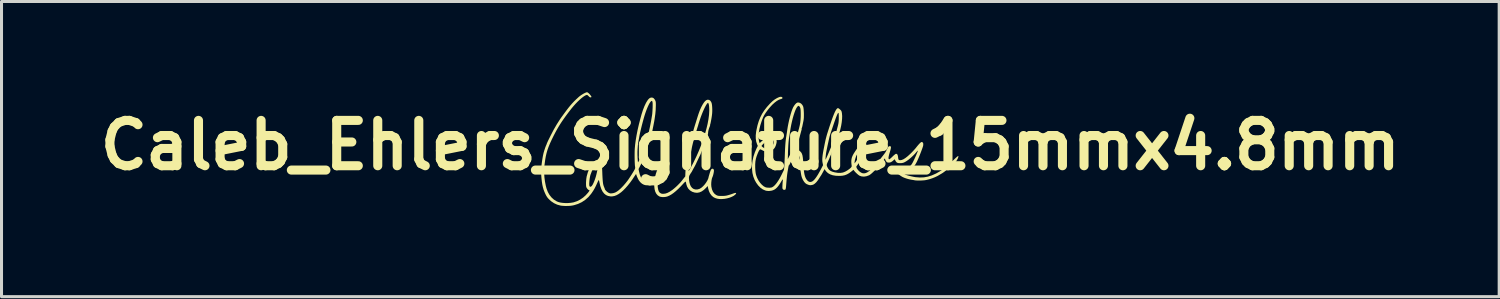
<source format=kicad_pcb>
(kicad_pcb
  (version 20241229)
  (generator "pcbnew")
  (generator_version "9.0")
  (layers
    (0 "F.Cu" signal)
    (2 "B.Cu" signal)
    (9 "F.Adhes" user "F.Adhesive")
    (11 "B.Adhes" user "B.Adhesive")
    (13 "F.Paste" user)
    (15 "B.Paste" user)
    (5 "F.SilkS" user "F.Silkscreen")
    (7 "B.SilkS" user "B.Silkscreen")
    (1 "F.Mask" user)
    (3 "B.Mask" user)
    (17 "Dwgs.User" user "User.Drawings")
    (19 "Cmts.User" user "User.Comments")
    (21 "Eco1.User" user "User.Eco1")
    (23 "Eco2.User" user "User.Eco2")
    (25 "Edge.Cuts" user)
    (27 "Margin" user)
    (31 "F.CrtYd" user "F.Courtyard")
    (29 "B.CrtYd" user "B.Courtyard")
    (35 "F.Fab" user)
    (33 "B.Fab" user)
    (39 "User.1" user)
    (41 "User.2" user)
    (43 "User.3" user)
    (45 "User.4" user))
  (footprint "Caleb_Ehlers_Signature_15mmx4.8mm"
    (layer "F.Cu")
    (at 21.764 1.753)
    (property "Reference" "Caleb_Ehlers_Signature_15mmx4.8mm" (at 0 0 0) (layer "F.SilkS") (effects (font (size 1.5 1.5) (thickness 0.3))))
    (attr board_only exclude_from_pos_files exclude_from_bom)
    (fp_poly (pts (xy -5.379 -1.745) (xy -5.349 -1.722) (xy -5.314 -1.688) (xy -5.279 -1.644) (xy -5.275 -1.638) (xy -5.259 -1.614) (xy -5.254 -1.601) (xy -5.259 -1.591) (xy -5.263 -1.588) (xy -5.288 -1.581) (xy -5.316 -1.592) (xy -5.348 -1.623) (xy -5.35 -1.625) (xy -5.377 -1.652) (xy -5.4 -1.663) (xy -5.403 -1.664) (xy -5.436 -1.656) (xy -5.478 -1.634) (xy -5.529 -1.6) (xy -5.587 -1.555) (xy -5.649 -1.5) (xy -5.714 -1.438) (xy -5.781 -1.369) (xy -5.846 -1.296) (xy -5.91 -1.22) (xy -5.928 -1.197) (xy -6.02 -1.078) (xy -6.1 -0.971) (xy -6.171 -0.872) (xy -6.234 -0.781) (xy -6.292 -0.692) (xy -6.346 -0.604) (xy -6.398 -0.514) (xy -6.45 -0.419) (xy -6.503 -0.317) (xy -6.569 -0.183) (xy -6.625 -0.061) (xy -6.671 0.05) (xy -6.709 0.156) (xy -6.739 0.259) (xy -6.763 0.362) (xy -6.782 0.469) (xy -6.794 0.555) (xy -6.799 0.596) (xy -6.804 0.629) (xy -6.807 0.65) (xy -6.808 0.654) (xy -6.81 0.666) (xy -6.812 0.693) (xy -6.815 0.733) (xy -6.818 0.781) (xy -6.818 0.8) (xy -6.819 0.929) (xy -6.809 1.068) (xy -6.79 1.209) (xy -6.763 1.345) (xy -6.739 1.435) (xy -6.697 1.545) (xy -6.642 1.643) (xy -6.574 1.728) (xy -6.495 1.799) (xy -6.406 1.854) (xy -6.356 1.876) (xy -6.29 1.894) (xy -6.211 1.906) (xy -6.123 1.912) (xy -6.031 1.912) (xy -5.941 1.905) (xy -5.857 1.891) (xy -5.838 1.886) (xy -5.733 1.851) (xy -5.63 1.799) (xy -5.532 1.733) (xy -5.443 1.654) (xy -5.365 1.567) (xy -5.362 1.563) (xy -5.336 1.527) (xy -5.322 1.504) (xy -5.319 1.491) (xy -5.326 1.486) (xy -5.332 1.485) (xy -5.353 1.477) (xy -5.377 1.456) (xy -5.401 1.427) (xy -5.42 1.395) (xy -5.427 1.376) (xy -5.432 1.341) (xy -5.434 1.291) (xy -5.434 1.27) (xy -5.328 1.27) (xy -5.327 1.315) (xy -5.322 1.347) (xy -5.319 1.355) (xy -5.301 1.373) (xy -5.278 1.373) (xy -5.251 1.354) (xy -5.241 1.344) (xy -5.216 1.307) (xy -5.189 1.254) (xy -5.161 1.189) (xy -5.134 1.115) (xy -5.109 1.037) (xy -5.088 0.956) (xy -5.07 0.878) (xy -5.058 0.806) (xy -5.055 0.78) (xy -5.052 0.725) (xy -5.053 0.677) (xy -5.058 0.639) (xy -5.066 0.614) (xy -5.077 0.606) (xy -5.078 0.606) (xy -5.092 0.615) (xy -5.112 0.637) (xy -5.134 0.664) (xy -5.155 0.694) (xy -5.168 0.718) (xy -5.181 0.74) (xy -5.197 0.766) (xy -5.198 0.767) (xy -5.212 0.792) (xy -5.228 0.827) (xy -5.244 0.866) (xy -5.244 0.866) (xy -5.258 0.903) (xy -5.27 0.935) (xy -5.278 0.955) (xy -5.279 0.956) (xy -5.291 0.992) (xy -5.302 1.041) (xy -5.312 1.097) (xy -5.32 1.157) (xy -5.325 1.216) (xy -5.328 1.27) (xy -5.434 1.27) (xy -5.434 1.232) (xy -5.43 1.168) (xy -5.424 1.105) (xy -5.415 1.048) (xy -5.412 1.03) (xy -5.375 0.899) (xy -5.324 0.774) (xy -5.259 0.658) (xy -5.233 0.619) (xy -5.197 0.571) (xy -5.167 0.537) (xy -5.14 0.515) (xy -5.112 0.503) (xy -5.08 0.497) (xy -5.049 0.496) (xy -5.029 0.5) (xy -5.011 0.514) (xy -4.997 0.528) (xy -4.975 0.555) (xy -4.96 0.582) (xy -4.957 0.591) (xy -4.945 0.618) (xy -4.931 0.636) (xy -4.924 0.644) (xy -4.918 0.655) (xy -4.913 0.671) (xy -4.909 0.693) (xy -4.906 0.725) (xy -4.902 0.769) (xy -4.899 0.826) (xy -4.896 0.898) (xy -4.893 0.98) (xy -4.888 1.075) (xy -4.883 1.152) (xy -4.877 1.215) (xy -4.87 1.268) (xy -4.861 1.312) (xy -4.849 1.351) (xy -4.834 1.387) (xy -4.832 1.394) (xy -4.82 1.421) (xy -4.813 1.442) (xy -4.813 1.447) (xy -4.805 1.466) (xy -4.786 1.492) (xy -4.758 1.521) (xy -4.727 1.547) (xy -4.696 1.568) (xy -4.691 1.571) (xy -4.657 1.586) (xy -4.629 1.593) (xy -4.595 1.592) (xy -4.58 1.591) (xy -4.524 1.582) (xy -4.47 1.564) (xy -4.417 1.535) (xy -4.36 1.494) (xy -4.296 1.438) (xy -4.279 1.422) (xy -4.201 1.342) (xy -4.125 1.254) (xy -4.056 1.166) (xy -4.023 1.119) (xy -3.971 1.04) (xy -3.928 0.974) (xy -3.894 0.919) (xy -3.866 0.873) (xy -3.842 0.832) (xy -3.841 0.829) (xy -3.822 0.795) (xy -3.812 0.77) (xy -3.808 0.749) (xy -3.81 0.723) (xy -3.813 0.701) (xy -3.818 0.66) (xy -3.821 0.604) (xy -3.824 0.536) (xy -3.826 0.46) (xy -3.827 0.38) (xy -3.827 0.3) (xy -3.826 0.248) (xy -3.733 0.248) (xy -3.733 0.303) (xy -3.731 0.361) (xy -3.729 0.417) (xy -3.725 0.469) (xy -3.722 0.513) (xy -3.718 0.545) (xy -3.715 0.562) (xy -3.713 0.564) (xy -3.706 0.556) (xy -3.694 0.534) (xy -3.678 0.501) (xy -3.672 0.488) (xy -3.639 0.412) (xy -3.602 0.321) (xy -3.564 0.219) (xy -3.524 0.11) (xy -3.486 -0.001) (xy -3.449 -0.111) (xy -3.416 -0.215) (xy -3.411 -0.233) (xy -3.379 -0.349) (xy -3.347 -0.482) (xy -3.315 -0.633) (xy -3.282 -0.803) (xy -3.25 -0.992) (xy -3.249 -1) (xy -3.244 -1.036) (xy -3.24 -1.086) (xy -3.236 -1.146) (xy -3.233 -1.209) (xy -3.231 -1.243) (xy -3.23 -1.318) (xy -3.23 -1.376) (xy -3.234 -1.417) (xy -3.24 -1.445) (xy -3.248 -1.46) (xy -3.261 -1.466) (xy -3.262 -1.466) (xy -3.282 -1.456) (xy -3.307 -1.429) (xy -3.335 -1.387) (xy -3.365 -1.329) (xy -3.397 -1.26) (xy -3.43 -1.179) (xy -3.463 -1.088) (xy -3.482 -1.032) (xy -3.506 -0.955) (xy -3.532 -0.864) (xy -3.559 -0.765) (xy -3.586 -0.662) (xy -3.612 -0.558) (xy -3.635 -0.459) (xy -3.656 -0.369) (xy -3.671 -0.293) (xy -3.673 -0.282) (xy -3.682 -0.23) (xy -3.691 -0.181) (xy -3.699 -0.139) (xy -3.704 -0.114) (xy -3.712 -0.063) (xy -3.719 0.002) (xy -3.725 0.074) (xy -3.73 0.146) (xy -3.733 0.214) (xy -3.733 0.248) (xy -3.826 0.248) (xy -3.826 0.224) (xy -3.824 0.157) (xy -3.822 0.119) (xy -3.81 -0.016) (xy -3.79 -0.165) (xy -3.763 -0.328) (xy -3.729 -0.5) (xy -3.688 -0.679) (xy -3.641 -0.863) (xy -3.598 -1.02) (xy -3.552 -1.163) (xy -3.503 -1.29) (xy -3.451 -1.399) (xy -3.423 -1.447) (xy -3.385 -1.504) (xy -3.349 -1.543) (xy -3.314 -1.567) (xy -3.276 -1.577) (xy -3.27 -1.577) (xy -3.228 -1.572) (xy -3.193 -1.551) (xy -3.162 -1.512) (xy -3.149 -1.489) (xy -3.14 -1.47) (xy -3.133 -1.451) (xy -3.129 -1.43) (xy -3.126 -1.402) (xy -3.125 -1.364) (xy -3.125 -1.311) (xy -3.126 -1.292) (xy -3.13 -1.167) (xy -3.142 -1.034) (xy -3.162 -0.89) (xy -3.179 -0.787) (xy -3.201 -0.673) (xy -3.222 -0.568) (xy -3.241 -0.474) (xy -3.26 -0.394) (xy -3.276 -0.329) (xy -3.283 -0.302) (xy -3.294 -0.266) (xy -3.308 -0.221) (xy -3.319 -0.183) (xy -3.332 -0.139) (xy -3.349 -0.087) (xy -3.366 -0.037) (xy -3.369 -0.03) (xy -3.384 0.016) (xy -3.399 0.061) (xy -3.411 0.097) (xy -3.413 0.104) (xy -3.424 0.139) (xy -3.439 0.184) (xy -3.455 0.232) (xy -3.472 0.282) (xy -3.489 0.328) (xy -3.503 0.365) (xy -3.513 0.391) (xy -3.516 0.399) (xy -3.524 0.416) (xy -3.537 0.446) (xy -3.549 0.479) (xy -3.563 0.513) (xy -3.583 0.558) (xy -3.607 0.61) (xy -3.633 0.662) (xy -3.634 0.665) (xy -3.696 0.787) (xy -3.683 0.857) (xy -3.657 0.963) (xy -3.621 1.053) (xy -3.575 1.128) (xy -3.529 1.177) (xy -3.504 1.199) (xy -3.484 1.211) (xy -3.463 1.216) (xy -3.432 1.218) (xy -3.411 1.218) (xy -3.348 1.212) (xy -3.291 1.192) (xy -3.235 1.156) (xy -3.201 1.128) (xy -3.179 1.105) (xy -3.164 1.081) (xy -3.152 1.049) (xy -3.144 1.019) (xy -3.123 0.941) (xy -3.096 0.862) (xy -3.066 0.784) (xy -3.033 0.71) (xy -2.999 0.643) (xy -2.965 0.585) (xy -2.932 0.539) (xy -2.903 0.508) (xy -2.886 0.497) (xy -2.851 0.486) (xy -2.821 0.488) (xy -2.804 0.499) (xy -2.79 0.529) (xy -2.786 0.573) (xy -2.79 0.626) (xy -2.803 0.686) (xy -2.822 0.748) (xy -2.848 0.809) (xy -2.88 0.865) (xy -2.883 0.869) (xy -2.899 0.895) (xy -2.909 0.915) (xy -2.911 0.921) (xy -2.917 0.932) (xy -2.931 0.956) (xy -2.952 0.988) (xy -2.97 1.014) (xy -3.001 1.059) (xy -3.023 1.092) (xy -3.038 1.118) (xy -3.047 1.142) (xy -3.053 1.167) (xy -3.058 1.199) (xy -3.061 1.215) (xy -3.066 1.283) (xy -3.065 1.352) (xy -3.057 1.417) (xy -3.045 1.476) (xy -3.028 1.524) (xy -3.007 1.557) (xy -3.001 1.562) (xy -2.97 1.586) (xy -2.944 1.599) (xy -2.913 1.605) (xy -2.874 1.606) (xy -2.811 1.599) (xy -2.744 1.577) (xy -2.672 1.54) (xy -2.592 1.487) (xy -2.575 1.475) (xy -2.522 1.432) (xy -2.463 1.381) (xy -2.404 1.325) (xy -2.349 1.269) (xy -2.302 1.219) (xy -2.285 1.198) (xy -2.26 1.167) (xy -2.23 1.129) (xy -2.201 1.092) (xy -2.152 1.031) (xy -2.145 0.857) (xy -2.04 0.857) (xy -2 0.792) (xy -1.983 0.763) (xy -1.959 0.719) (xy -1.931 0.667) (xy -1.9 0.609) (xy -1.871 0.551) (xy -1.782 0.367) (xy -1.701 0.183) (xy -1.627 -0.002) (xy -1.56 -0.185) (xy -1.503 -0.364) (xy -1.454 -0.537) (xy -1.414 -0.703) (xy -1.385 -0.86) (xy -1.366 -1.005) (xy -1.358 -1.138) (xy -1.359 -1.205) (xy -1.363 -1.276) (xy -1.369 -1.329) (xy -1.378 -1.365) (xy -1.38 -1.37) (xy -1.391 -1.394) (xy -1.399 -1.402) (xy -1.409 -1.397) (xy -1.417 -1.39) (xy -1.441 -1.362) (xy -1.469 -1.317) (xy -1.501 -1.258) (xy -1.535 -1.187) (xy -1.57 -1.107) (xy -1.605 -1.02) (xy -1.64 -0.928) (xy -1.672 -0.834) (xy -1.702 -0.741) (xy -1.718 -0.688) (xy -1.729 -0.648) (xy -1.741 -0.61) (xy -1.748 -0.589) (xy -1.759 -0.554) (xy -1.771 -0.514) (xy -1.786 -0.465) (xy -1.804 -0.406) (xy -1.825 -0.334) (xy -1.85 -0.248) (xy -1.876 -0.158) (xy -1.897 -0.079) (xy -1.919 0.012) (xy -1.941 0.111) (xy -1.961 0.216) (xy -1.981 0.322) (xy -1.999 0.427) (xy -2.014 0.528) (xy -2.026 0.621) (xy -2.035 0.703) (xy -2.039 0.77) (xy -2.04 0.797) (xy -2.04 0.857) (xy -2.145 0.857) (xy -2.145 0.855) (xy -2.13 0.63) (xy -2.1 0.396) (xy -2.057 0.159) (xy -2.001 -0.079) (xy -1.979 -0.158) (xy -1.946 -0.275) (xy -1.917 -0.375) (xy -1.892 -0.459) (xy -1.871 -0.531) (xy -1.853 -0.592) (xy -1.837 -0.644) (xy -1.819 -0.702) (xy -1.798 -0.767) (xy -1.779 -0.83) (xy -1.772 -0.852) (xy -1.741 -0.951) (xy -1.714 -1.034) (xy -1.689 -1.104) (xy -1.666 -1.165) (xy -1.642 -1.219) (xy -1.619 -1.268) (xy -1.576 -1.348) (xy -1.536 -1.411) (xy -1.499 -1.456) (xy -1.463 -1.486) (xy -1.428 -1.502) (xy -1.402 -1.505) (xy -1.361 -1.498) (xy -1.326 -1.474) (xy -1.297 -1.433) (xy -1.286 -1.41) (xy -1.275 -1.375) (xy -1.267 -1.324) (xy -1.262 -1.263) (xy -1.259 -1.196) (xy -1.259 -1.126) (xy -1.262 -1.06) (xy -1.267 -1.015) (xy -1.274 -0.96) (xy -1.283 -0.902) (xy -1.293 -0.845) (xy -1.303 -0.792) (xy -1.312 -0.746) (xy -1.32 -0.711) (xy -1.326 -0.69) (xy -1.328 -0.685) (xy -1.332 -0.675) (xy -1.33 -0.668) (xy -1.331 -0.651) (xy -1.339 -0.625) (xy -1.345 -0.612) (xy -1.362 -0.568) (xy -1.378 -0.517) (xy -1.39 -0.468) (xy -1.396 -0.427) (xy -1.396 -0.416) (xy -1.397 -0.401) (xy -1.4 -0.382) (xy -1.405 -0.358) (xy -1.415 -0.325) (xy -1.428 -0.28) (xy -1.447 -0.22) (xy -1.454 -0.198) (xy -1.474 -0.136) (xy -1.491 -0.088) (xy -1.504 -0.051) (xy -1.516 -0.022) (xy -1.524 -0.005) (xy -1.539 0.031) (xy -1.553 0.071) (xy -1.556 0.079) (xy -1.568 0.114) (xy -1.582 0.146) (xy -1.586 0.153) (xy -1.598 0.178) (xy -1.614 0.213) (xy -1.629 0.252) (xy -1.629 0.252) (xy -1.644 0.29) (xy -1.658 0.324) (xy -1.669 0.346) (xy -1.669 0.346) (xy -1.678 0.364) (xy -1.694 0.396) (xy -1.714 0.438) (xy -1.736 0.485) (xy -1.741 0.495) (xy -1.771 0.558) (xy -1.793 0.606) (xy -1.81 0.642) (xy -1.824 0.669) (xy -1.835 0.69) (xy -1.845 0.708) (xy -1.855 0.726) (xy -1.862 0.738) (xy -1.883 0.776) (xy -1.907 0.82) (xy -1.918 0.842) (xy -1.934 0.871) (xy -1.946 0.893) (xy -1.953 0.901) (xy -1.961 0.912) (xy -1.976 0.935) (xy -1.994 0.965) (xy -1.995 0.965) (xy -2.014 1) (xy -2.025 1.029) (xy -2.029 1.06) (xy -2.03 1.091) (xy -2.025 1.162) (xy -2.013 1.234) (xy -1.993 1.301) (xy -1.969 1.356) (xy -1.966 1.36) (xy -1.926 1.411) (xy -1.875 1.446) (xy -1.817 1.463) (xy -1.754 1.463) (xy -1.688 1.445) (xy -1.666 1.435) (xy -1.614 1.402) (xy -1.56 1.354) (xy -1.508 1.296) (xy -1.461 1.233) (xy -1.422 1.168) (xy -1.394 1.107) (xy -1.384 1.072) (xy -1.378 1.043) (xy -1.366 1.002) (xy -1.352 0.953) (xy -1.34 0.913) (xy -1.323 0.86) (xy -1.308 0.823) (xy -1.295 0.8) (xy -1.282 0.786) (xy -1.281 0.785) (xy -1.252 0.775) (xy -1.227 0.783) (xy -1.209 0.808) (xy -1.204 0.826) (xy -1.204 0.853) (xy -1.209 0.892) (xy -1.218 0.939) (xy -1.229 0.985) (xy -1.242 1.027) (xy -1.252 1.049) (xy -1.27 1.097) (xy -1.283 1.159) (xy -1.291 1.227) (xy -1.294 1.297) (xy -1.29 1.361) (xy -1.289 1.368) (xy -1.269 1.459) (xy -1.237 1.535) (xy -1.194 1.595) (xy -1.139 1.64) (xy -1.11 1.656) (xy -1.087 1.665) (xy -1.062 1.672) (xy -1.032 1.675) (xy -0.99 1.677) (xy -0.946 1.677) (xy -0.887 1.676) (xy -0.84 1.673) (xy -0.797 1.667) (xy -0.75 1.656) (xy -0.728 1.65) (xy -0.678 1.635) (xy -0.628 1.619) (xy -0.586 1.604) (xy -0.57 1.598) (xy -0.523 1.582) (xy -0.49 1.576) (xy -0.472 1.58) (xy -0.47 1.594) (xy -0.484 1.617) (xy -0.496 1.63) (xy -0.545 1.67) (xy -0.61 1.704) (xy -0.685 1.734) (xy -0.769 1.757) (xy -0.855 1.773) (xy -0.941 1.78) (xy -1.022 1.779) (xy -1.094 1.768) (xy -1.164 1.746) (xy -1.221 1.716) (xy -1.27 1.675) (xy -1.29 1.654) (xy -1.334 1.592) (xy -1.37 1.514) (xy -1.395 1.423) (xy -1.397 1.415) (xy -1.409 1.349) (xy -1.459 1.403) (xy -1.534 1.475) (xy -1.608 1.527) (xy -1.684 1.56) (xy -1.76 1.573) (xy -1.837 1.566) (xy -1.917 1.541) (xy -1.927 1.536) (xy -1.995 1.494) (xy -2.05 1.438) (xy -2.091 1.368) (xy -2.118 1.285) (xy -2.123 1.255) (xy -2.129 1.226) (xy -2.136 1.207) (xy -2.139 1.203) (xy -2.15 1.207) (xy -2.17 1.223) (xy -2.195 1.247) (xy -2.201 1.254) (xy -2.298 1.358) (xy -2.385 1.446) (xy -2.466 1.519) (xy -2.54 1.579) (xy -2.61 1.628) (xy -2.677 1.666) (xy -2.741 1.693) (xy -2.793 1.707) (xy -2.854 1.714) (xy -2.915 1.714) (xy -2.97 1.706) (xy -3.002 1.696) (xy -3.061 1.659) (xy -3.108 1.606) (xy -3.143 1.539) (xy -3.166 1.456) (xy -3.176 1.364) (xy -3.179 1.321) (xy -3.181 1.286) (xy -3.184 1.264) (xy -3.185 1.258) (xy -3.195 1.262) (xy -3.217 1.273) (xy -3.246 1.289) (xy -3.313 1.315) (xy -3.388 1.326) (xy -3.463 1.322) (xy -3.518 1.307) (xy -3.582 1.273) (xy -3.64 1.222) (xy -3.69 1.156) (xy -3.715 1.109) (xy -3.742 1.051) (xy -3.76 1.006) (xy -3.771 0.973) (xy -3.775 0.957) (xy -3.781 0.955) (xy -3.795 0.971) (xy -3.818 1.004) (xy -3.837 1.034) (xy -3.904 1.136) (xy -3.977 1.237) (xy -4.054 1.333) (xy -4.131 1.42) (xy -4.206 1.496) (xy -4.273 1.555) (xy -4.352 1.612) (xy -4.426 1.653) (xy -4.496 1.679) (xy -4.568 1.691) (xy -4.63 1.691) (xy -4.707 1.677) (xy -4.775 1.646) (xy -4.835 1.598) (xy -4.886 1.532) (xy -4.928 1.449) (xy -4.963 1.347) (xy -4.984 1.255) (xy -4.993 1.212) (xy -5.001 1.178) (xy -5.008 1.157) (xy -5.013 1.151) (xy -5.021 1.161) (xy -5.034 1.185) (xy -5.05 1.218) (xy -5.054 1.228) (xy -5.102 1.333) (xy -5.147 1.423) (xy -5.193 1.502) (xy -5.242 1.575) (xy -5.263 1.605) (xy -5.355 1.714) (xy -5.459 1.806) (xy -5.573 1.882) (xy -5.698 1.941) (xy -5.832 1.983) (xy -5.897 1.996) (xy -5.96 2.004) (xy -6.034 2.008) (xy -6.113 2.009) (xy -6.189 2.005) (xy -6.255 1.999) (xy -6.273 1.996) (xy -6.387 1.965) (xy -6.491 1.917) (xy -6.588 1.852) (xy -6.649 1.796) (xy -6.689 1.755) (xy -6.719 1.717) (xy -6.745 1.676) (xy -6.772 1.624) (xy -6.774 1.62) (xy -6.808 1.544) (xy -6.837 1.468) (xy -6.86 1.389) (xy -6.879 1.304) (xy -6.894 1.209) (xy -6.906 1.1) (xy -6.912 1.025) (xy -6.916 0.965) (xy -6.918 0.902) (xy -6.918 0.844) (xy -6.917 0.804) (xy -6.911 0.723) (xy -6.902 0.633) (xy -6.89 0.54) (xy -6.876 0.448) (xy -6.861 0.362) (xy -6.845 0.286) (xy -6.83 0.225) (xy -6.827 0.218) (xy -6.813 0.17) (xy -6.797 0.122) (xy -6.782 0.077) (xy -6.768 0.04) (xy -6.758 0.014) (xy -6.753 0.005) (xy -6.745 -0.012) (xy -6.739 -0.03) (xy -6.732 -0.05) (xy -6.721 -0.077) (xy -6.706 -0.111) (xy -6.686 -0.154) (xy -6.658 -0.211) (xy -6.623 -0.281) (xy -6.605 -0.317) (xy -6.503 -0.514) (xy -6.4 -0.692) (xy -6.297 -0.853) (xy -6.25 -0.921) (xy -6.165 -1.038) (xy -6.089 -1.141) (xy -6.02 -1.231) (xy -5.955 -1.311) (xy -5.893 -1.382) (xy -5.831 -1.448) (xy -5.769 -1.509) (xy -5.704 -1.569) (xy -5.666 -1.604) (xy -5.625 -1.636) (xy -5.578 -1.668) (xy -5.53 -1.698) (xy -5.483 -1.723) (xy -5.441 -1.742) (xy -5.41 -1.752) (xy -5.402 -1.753)) (stroke (width 0) (type solid)) (fill yes) (layer "F.SilkS"))
    (fp_poly (pts (xy 1.041 -1.596) (xy 1.054 -1.585) (xy 1.065 -1.564) (xy 1.056 -1.546) (xy 1.03 -1.533) (xy 1.017 -1.529) (xy 0.951 -1.507) (xy 0.879 -1.467) (xy 0.804 -1.41) (xy 0.726 -1.339) (xy 0.649 -1.255) (xy 0.618 -1.218) (xy 0.561 -1.145) (xy 0.515 -1.082) (xy 0.477 -1.024) (xy 0.445 -0.968) (xy 0.418 -0.909) (xy 0.391 -0.842) (xy 0.375 -0.798) (xy 0.333 -0.668) (xy 0.302 -0.544) (xy 0.282 -0.427) (xy 0.272 -0.32) (xy 0.274 -0.223) (xy 0.287 -0.14) (xy 0.292 -0.121) (xy 0.308 -0.068) (xy 0.39 -0.146) (xy 0.456 -0.203) (xy 0.516 -0.244) (xy 0.573 -0.27) (xy 0.631 -0.284) (xy 0.651 -0.286) (xy 0.719 -0.283) (xy 0.775 -0.265) (xy 0.823 -0.23) (xy 0.837 -0.215) (xy 0.858 -0.184) (xy 0.87 -0.151) (xy 0.871 -0.111) (xy 0.862 -0.061) (xy 0.846 -0.002) (xy 0.819 0.064) (xy 0.784 0.114) (xy 0.739 0.151) (xy 0.681 0.179) (xy 0.679 0.179) (xy 0.594 0.201) (xy 0.514 0.203) (xy 0.44 0.188) (xy 0.373 0.154) (xy 0.372 0.154) (xy 0.351 0.141) (xy 0.333 0.136) (xy 0.316 0.142) (xy 0.3 0.159) (xy 0.281 0.19) (xy 0.259 0.237) (xy 0.24 0.281) (xy 0.207 0.367) (xy 0.183 0.45) (xy 0.168 0.535) (xy 0.161 0.629) (xy 0.161 0.735) (xy 0.161 0.738) (xy 0.165 0.821) (xy 0.172 0.89) (xy 0.182 0.95) (xy 0.198 1.006) (xy 0.219 1.063) (xy 0.237 1.103) (xy 0.277 1.177) (xy 0.326 1.245) (xy 0.38 1.305) (xy 0.436 1.353) (xy 0.491 1.385) (xy 0.496 1.387) (xy 0.537 1.399) (xy 0.588 1.404) (xy 0.641 1.405) (xy 0.689 1.4) (xy 0.718 1.392) (xy 0.763 1.364) (xy 0.813 1.319) (xy 0.866 1.256) (xy 0.912 1.19) (xy 0.936 1.153) (xy 0.958 1.116) (xy 0.98 1.077) (xy 1.005 1.031) (xy 1.033 0.976) (xy 1.066 0.909) (xy 1.106 0.828) (xy 1.106 0.827) (xy 1.11 0.814) (xy 1.114 0.794) (xy 1.118 0.765) (xy 1.121 0.725) (xy 1.125 0.673) (xy 1.129 0.608) (xy 1.132 0.529) (xy 1.135 0.46) (xy 1.239 0.46) (xy 1.266 0.406) (xy 1.285 0.368) (xy 1.309 0.323) (xy 1.329 0.287) (xy 1.356 0.234) (xy 1.385 0.166) (xy 1.416 0.082) (xy 1.451 -0.019) (xy 1.489 -0.137) (xy 1.529 -0.273) (xy 1.574 -0.427) (xy 1.61 -0.557) (xy 1.633 -0.651) (xy 1.65 -0.741) (xy 1.66 -0.834) (xy 1.666 -0.936) (xy 1.667 -1.01) (xy 1.666 -1.088) (xy 1.664 -1.15) (xy 1.659 -1.197) (xy 1.652 -1.232) (xy 1.641 -1.259) (xy 1.627 -1.279) (xy 1.62 -1.287) (xy 1.603 -1.301) (xy 1.59 -1.303) (xy 1.573 -1.293) (xy 1.571 -1.291) (xy 1.545 -1.263) (xy 1.518 -1.218) (xy 1.489 -1.156) (xy 1.461 -1.081) (xy 1.432 -0.993) (xy 1.404 -0.896) (xy 1.378 -0.79) (xy 1.353 -0.678) (xy 1.331 -0.561) (xy 1.312 -0.446) (xy 1.305 -0.394) (xy 1.297 -0.343) (xy 1.29 -0.3) (xy 1.287 -0.282) (xy 1.277 -0.222) (xy 1.269 -0.157) (xy 1.262 -0.084) (xy 1.256 0.000387) (xy 1.251 0.097) (xy 1.246 0.21) (xy 1.244 0.297) (xy 1.239 0.46) (xy 1.135 0.46) (xy 1.137 0.433) (xy 1.141 0.319) (xy 1.144 0.238) (xy 1.149 0.116) (xy 1.156 0.003) (xy 1.164 -0.098) (xy 1.173 -0.185) (xy 1.183 -0.255) (xy 1.183 -0.257) (xy 1.19 -0.297) (xy 1.198 -0.35) (xy 1.208 -0.412) (xy 1.217 -0.476) (xy 1.222 -0.512) (xy 1.239 -0.617) (xy 1.26 -0.725) (xy 1.283 -0.832) (xy 1.309 -0.935) (xy 1.336 -1.032) (xy 1.363 -1.119) (xy 1.39 -1.193) (xy 1.415 -1.251) (xy 1.423 -1.265) (xy 1.456 -1.318) (xy 1.491 -1.362) (xy 1.525 -1.394) (xy 1.556 -1.411) (xy 1.558 -1.412) (xy 1.602 -1.413) (xy 1.646 -1.398) (xy 1.688 -1.369) (xy 1.723 -1.328) (xy 1.747 -1.28) (xy 1.749 -1.275) (xy 1.757 -1.236) (xy 1.764 -1.183) (xy 1.768 -1.119) (xy 1.771 -1.05) (xy 1.771 -0.981) (xy 1.77 -0.915) (xy 1.765 -0.859) (xy 1.759 -0.819) (xy 1.75 -0.774) (xy 1.74 -0.727) (xy 1.733 -0.693) (xy 1.724 -0.647) (xy 1.717 -0.616) (xy 1.712 -0.595) (xy 1.706 -0.58) (xy 1.702 -0.573) (xy 1.696 -0.554) (xy 1.698 -0.546) (xy 1.698 -0.532) (xy 1.694 -0.508) (xy 1.693 -0.504) (xy 1.685 -0.477) (xy 1.679 -0.457) (xy 1.679 -0.456) (xy 1.67 -0.422) (xy 1.658 -0.378) (xy 1.645 -0.328) (xy 1.63 -0.277) (xy 1.616 -0.227) (xy 1.603 -0.183) (xy 1.592 -0.148) (xy 1.586 -0.127) (xy 1.584 -0.124) (xy 1.578 -0.107) (xy 1.567 -0.076) (xy 1.553 -0.034) (xy 1.537 0.013) (xy 1.536 0.015) (xy 1.498 0.134) (xy 1.539 0.142) (xy 1.593 0.162) (xy 1.644 0.198) (xy 1.685 0.243) (xy 1.706 0.282) (xy 1.723 0.334) (xy 1.735 0.403) (xy 1.744 0.488) (xy 1.747 0.535) (xy 1.754 0.653) (xy 1.762 0.754) (xy 1.771 0.839) (xy 1.781 0.911) (xy 1.792 0.971) (xy 1.806 1.022) (xy 1.822 1.066) (xy 1.839 1.101) (xy 1.877 1.158) (xy 1.918 1.195) (xy 1.961 1.214) (xy 2.007 1.213) (xy 2.055 1.193) (xy 2.089 1.166) (xy 2.134 1.119) (xy 2.183 1.053) (xy 2.237 0.969) (xy 2.295 0.867) (xy 2.331 0.801) (xy 2.405 0.659) (xy 2.39 0.584) (xy 2.383 0.544) (xy 2.38 0.5) (xy 2.38 0.48) (xy 2.485 0.48) (xy 2.504 0.446) (xy 2.515 0.423) (xy 2.531 0.387) (xy 2.551 0.343) (xy 2.572 0.294) (xy 2.573 0.292) (xy 2.597 0.234) (xy 2.625 0.167) (xy 2.654 0.099) (xy 2.677 0.043) (xy 2.727 -0.082) (xy 2.771 -0.207) (xy 2.813 -0.34) (xy 2.838 -0.428) (xy 2.861 -0.514) (xy 2.88 -0.585) (xy 2.895 -0.642) (xy 2.906 -0.689) (xy 2.914 -0.729) (xy 2.919 -0.765) (xy 2.922 -0.799) (xy 2.924 -0.835) (xy 2.925 -0.875) (xy 2.925 -0.908) (xy 2.925 -0.96) (xy 2.924 -1.006) (xy 2.922 -1.041) (xy 2.92 -1.062) (xy 2.919 -1.066) (xy 2.912 -1.069) (xy 2.905 -1.067) (xy 2.896 -1.058) (xy 2.886 -1.041) (xy 2.873 -1.015) (xy 2.858 -0.979) (xy 2.839 -0.932) (xy 2.817 -0.872) (xy 2.791 -0.799) (xy 2.761 -0.712) (xy 2.726 -0.608) (xy 2.685 -0.488) (xy 2.644 -0.366) (xy 2.636 -0.338) (xy 2.626 -0.304) (xy 2.615 -0.263) (xy 2.603 -0.212) (xy 2.589 -0.149) (xy 2.573 -0.074) (xy 2.553 0.016) (xy 2.531 0.123) (xy 2.515 0.203) (xy 2.505 0.257) (xy 2.497 0.319) (xy 2.491 0.377) (xy 2.49 0.386) (xy 2.485 0.48) (xy 2.38 0.48) (xy 2.38 0.452) (xy 2.384 0.396) (xy 2.391 0.331) (xy 2.402 0.256) (xy 2.418 0.167) (xy 2.438 0.064) (xy 2.462 -0.056) (xy 2.47 -0.094) (xy 2.481 -0.146) (xy 2.491 -0.192) (xy 2.502 -0.234) (xy 2.513 -0.277) (xy 2.525 -0.321) (xy 2.539 -0.37) (xy 2.557 -0.426) (xy 2.578 -0.492) (xy 2.603 -0.57) (xy 2.634 -0.664) (xy 2.651 -0.713) (xy 2.693 -0.838) (xy 2.732 -0.945) (xy 2.767 -1.033) (xy 2.798 -1.104) (xy 2.827 -1.158) (xy 2.853 -1.197) (xy 2.877 -1.22) (xy 2.899 -1.228) (xy 2.9 -1.228) (xy 2.916 -1.221) (xy 2.941 -1.204) (xy 2.968 -1.181) (xy 2.992 -1.157) (xy 3.008 -1.137) (xy 3.017 -1.116) (xy 3.024 -1.087) (xy 3.03 -1.051) (xy 3.037 -0.967) (xy 3.034 -0.87) (xy 3.023 -0.762) (xy 3.004 -0.646) (xy 2.977 -0.527) (xy 2.944 -0.407) (xy 2.904 -0.29) (xy 2.881 -0.232) (xy 2.859 -0.176) (xy 2.836 -0.118) (xy 2.816 -0.065) (xy 2.8 -0.021) (xy 2.793 0.000322) (xy 2.785 0.023) (xy 2.771 0.056) (xy 2.761 0.08) (xy 2.74 0.127) (xy 2.719 0.175) (xy 2.701 0.218) (xy 2.686 0.254) (xy 2.677 0.279) (xy 2.674 0.289) (xy 2.67 0.302) (xy 2.66 0.326) (xy 2.649 0.351) (xy 2.636 0.38) (xy 2.627 0.402) (xy 2.624 0.41) (xy 2.62 0.422) (xy 2.608 0.449) (xy 2.59 0.49) (xy 2.567 0.542) (xy 2.549 0.58) (xy 2.532 0.622) (xy 2.527 0.656) (xy 2.533 0.69) (xy 2.549 0.728) (xy 2.578 0.779) (xy 2.613 0.82) (xy 2.658 0.851) (xy 2.715 0.876) (xy 2.788 0.896) (xy 2.802 0.899) (xy 2.899 0.914) (xy 2.985 0.915) (xy 3.064 0.902) (xy 3.14 0.872) (xy 3.208 0.833) (xy 3.271 0.789) (xy 3.315 0.752) (xy 3.342 0.721) (xy 3.353 0.695) (xy 3.352 0.684) (xy 3.349 0.662) (xy 3.345 0.628) (xy 3.342 0.599) (xy 3.445 0.599) (xy 3.473 0.566) (xy 3.49 0.543) (xy 3.512 0.508) (xy 3.536 0.467) (xy 3.553 0.435) (xy 3.576 0.391) (xy 3.596 0.35) (xy 3.612 0.316) (xy 3.618 0.3) (xy 3.631 0.267) (xy 3.647 0.229) (xy 3.653 0.218) (xy 3.669 0.181) (xy 3.683 0.144) (xy 3.694 0.112) (xy 3.7 0.09) (xy 3.7 0.082) (xy 3.692 0.087) (xy 3.675 0.106) (xy 3.651 0.135) (xy 3.622 0.174) (xy 3.59 0.217) (xy 3.558 0.264) (xy 3.526 0.311) (xy 3.523 0.316) (xy 3.503 0.354) (xy 3.484 0.405) (xy 3.467 0.46) (xy 3.454 0.512) (xy 3.451 0.539) (xy 3.445 0.599) (xy 3.342 0.599) (xy 3.341 0.586) (xy 3.34 0.573) (xy 3.34 0.513) (xy 3.346 0.457) (xy 3.36 0.4) (xy 3.384 0.341) (xy 3.419 0.276) (xy 3.466 0.203) (xy 3.513 0.134) (xy 3.571 0.057) (xy 3.623 -0.007) (xy 3.671 -0.058) (xy 3.711 -0.094) (xy 3.744 -0.114) (xy 3.763 -0.119) (xy 3.789 -0.116) (xy 3.807 -0.103) (xy 3.82 -0.078) (xy 3.83 -0.04) (xy 3.836 -0.012) (xy 3.837 0.011) (xy 3.833 0.035) (xy 3.824 0.067) (xy 3.814 0.099) (xy 3.785 0.177) (xy 3.754 0.257) (xy 3.722 0.333) (xy 3.69 0.403) (xy 3.659 0.463) (xy 3.633 0.51) (xy 3.618 0.532) (xy 3.603 0.553) (xy 3.595 0.567) (xy 3.595 0.569) (xy 3.589 0.58) (xy 3.576 0.603) (xy 3.558 0.63) (xy 3.54 0.657) (xy 3.524 0.678) (xy 3.516 0.688) (xy 3.506 0.705) (xy 3.509 0.731) (xy 3.523 0.765) (xy 3.547 0.802) (xy 3.579 0.839) (xy 3.617 0.874) (xy 3.618 0.875) (xy 3.666 0.907) (xy 3.714 0.926) (xy 3.764 0.93) (xy 3.815 0.92) (xy 3.871 0.895) (xy 3.931 0.854) (xy 3.997 0.796) (xy 4.069 0.722) (xy 4.141 0.641) (xy 4.201 0.57) (xy 4.259 0.501) (xy 4.314 0.435) (xy 4.363 0.374) (xy 4.405 0.32) (xy 4.438 0.276) (xy 4.461 0.243) (xy 4.471 0.228) (xy 4.484 0.203) (xy 4.502 0.167) (xy 4.523 0.126) (xy 4.53 0.114) (xy 4.55 0.075) (xy 4.566 0.051) (xy 4.579 0.038) (xy 4.593 0.032) (xy 4.598 0.031) (xy 4.624 0.031) (xy 4.641 0.039) (xy 4.65 0.056) (xy 4.65 0.085) (xy 4.642 0.128) (xy 4.626 0.186) (xy 4.615 0.223) (xy 4.591 0.303) (xy 4.576 0.367) (xy 4.569 0.414) (xy 4.572 0.446) (xy 4.582 0.462) (xy 4.594 0.465) (xy 4.607 0.459) (xy 4.63 0.441) (xy 4.661 0.414) (xy 4.696 0.381) (xy 4.699 0.378) (xy 4.735 0.343) (xy 4.769 0.314) (xy 4.796 0.294) (xy 4.814 0.284) (xy 4.814 0.284) (xy 4.842 0.286) (xy 4.863 0.306) (xy 4.878 0.345) (xy 4.885 0.391) (xy 4.891 0.438) (xy 4.899 0.468) (xy 4.912 0.486) (xy 4.932 0.493) (xy 4.957 0.495) (xy 5.007 0.487) (xy 5.065 0.463) (xy 5.131 0.421) (xy 5.205 0.363) (xy 5.287 0.288) (xy 5.318 0.258) (xy 5.363 0.212) (xy 5.409 0.163) (xy 5.451 0.116) (xy 5.484 0.076) (xy 5.493 0.064) (xy 5.526 0.023) (xy 5.561 -0.018) (xy 5.593 -0.053) (xy 5.603 -0.063) (xy 5.631 -0.089) (xy 5.651 -0.103) (xy 5.667 -0.107) (xy 5.679 -0.105) (xy 5.705 -0.089) (xy 5.718 -0.059) (xy 5.719 -0.013) (xy 5.716 0.01) (xy 5.708 0.042) (xy 5.693 0.088) (xy 5.672 0.146) (xy 5.647 0.213) (xy 5.619 0.285) (xy 5.589 0.36) (xy 5.558 0.434) (xy 5.527 0.504) (xy 5.509 0.544) (xy 5.461 0.631) (xy 5.402 0.714) (xy 5.336 0.79) (xy 5.264 0.856) (xy 5.19 0.907) (xy 5.141 0.932) (xy 5.115 0.944) (xy 5.104 0.953) (xy 5.106 0.96) (xy 5.113 0.965) (xy 5.134 0.976) (xy 5.171 0.989) (xy 5.219 1.003) (xy 5.275 1.017) (xy 5.336 1.031) (xy 5.395 1.044) (xy 5.451 1.054) (xy 5.466 1.056) (xy 5.605 1.067) (xy 5.739 1.062) (xy 5.87 1.039) (xy 6.001 0.998) (xy 6.134 0.939) (xy 6.173 0.918) (xy 6.266 0.865) (xy 6.353 0.808) (xy 6.438 0.746) (xy 6.524 0.675) (xy 6.615 0.592) (xy 6.697 0.512) (xy 6.756 0.454) (xy 6.803 0.41) (xy 6.838 0.38) (xy 6.862 0.362) (xy 6.876 0.357) (xy 6.882 0.364) (xy 6.88 0.383) (xy 6.871 0.412) (xy 6.869 0.416) (xy 6.855 0.451) (xy 6.838 0.482) (xy 6.816 0.515) (xy 6.786 0.551) (xy 6.745 0.596) (xy 6.726 0.616) (xy 6.689 0.651) (xy 6.643 0.693) (xy 6.59 0.739) (xy 6.534 0.785) (xy 6.477 0.83) (xy 6.423 0.872) (xy 6.376 0.906) (xy 6.337 0.931) (xy 6.319 0.942) (xy 6.291 0.958) (xy 6.267 0.972) (xy 6.195 1.015) (xy 6.109 1.056) (xy 6.016 1.093) (xy 5.921 1.124) (xy 5.831 1.147) (xy 5.768 1.158) (xy 5.708 1.163) (xy 5.643 1.167) (xy 5.577 1.168) (xy 5.516 1.167) (xy 5.466 1.164) (xy 5.433 1.159) (xy 5.403 1.153) (xy 5.361 1.146) (xy 5.317 1.139) (xy 5.313 1.138) (xy 5.248 1.125) (xy 5.178 1.106) (xy 5.109 1.083) (xy 5.05 1.058) (xy 5.021 1.043) (xy 4.971 1.012) (xy 4.923 0.978) (xy 4.882 0.945) (xy 4.851 0.915) (xy 4.833 0.892) (xy 4.832 0.889) (xy 4.824 0.867) (xy 4.828 0.853) (xy 4.842 0.84) (xy 4.871 0.825) (xy 4.902 0.826) (xy 4.939 0.844) (xy 4.943 0.847) (xy 4.98 0.865) (xy 5.017 0.87) (xy 5.061 0.861) (xy 5.107 0.842) (xy 5.157 0.812) (xy 5.211 0.769) (xy 5.265 0.716) (xy 5.315 0.657) (xy 5.342 0.619) (xy 5.359 0.591) (xy 5.38 0.551) (xy 5.404 0.503) (xy 5.429 0.45) (xy 5.455 0.394) (xy 5.48 0.339) (xy 5.501 0.288) (xy 5.52 0.243) (xy 5.533 0.208) (xy 5.539 0.185) (xy 5.539 0.179) (xy 5.531 0.183) (xy 5.515 0.199) (xy 5.503 0.213) (xy 5.444 0.282) (xy 5.377 0.351) (xy 5.306 0.416) (xy 5.236 0.474) (xy 5.169 0.522) (xy 5.11 0.557) (xy 5.069 0.576) (xy 5.031 0.586) (xy 4.988 0.592) (xy 4.97 0.593) (xy 4.912 0.592) (xy 4.869 0.584) (xy 4.837 0.565) (xy 4.812 0.535) (xy 4.801 0.517) (xy 4.788 0.49) (xy 4.778 0.471) (xy 4.775 0.466) (xy 4.767 0.47) (xy 4.75 0.483) (xy 4.741 0.492) (xy 4.693 0.533) (xy 4.651 0.559) (xy 4.61 0.572) (xy 4.58 0.574) (xy 4.547 0.572) (xy 4.524 0.565) (xy 4.504 0.548) (xy 4.502 0.546) (xy 4.481 0.517) (xy 4.464 0.482) (xy 4.462 0.476) (xy 4.45 0.435) (xy 4.387 0.517) (xy 4.314 0.609) (xy 4.242 0.695) (xy 4.172 0.774) (xy 4.106 0.844) (xy 4.045 0.902) (xy 3.992 0.949) (xy 3.947 0.982) (xy 3.926 0.994) (xy 3.841 1.025) (xy 3.759 1.038) (xy 3.68 1.031) (xy 3.619 1.011) (xy 3.59 0.994) (xy 3.554 0.966) (xy 3.515 0.931) (xy 3.476 0.893) (xy 3.444 0.857) (xy 3.43 0.839) (xy 3.411 0.812) (xy 3.342 0.868) (xy 3.267 0.923) (xy 3.197 0.963) (xy 3.127 0.991) (xy 3.051 1.007) (xy 2.965 1.014) (xy 2.936 1.014) (xy 2.822 1.009) (xy 2.723 0.992) (xy 2.639 0.963) (xy 2.567 0.921) (xy 2.509 0.866) (xy 2.483 0.833) (xy 2.454 0.79) (xy 2.399 0.893) (xy 2.377 0.933) (xy 2.358 0.967) (xy 2.344 0.991) (xy 2.337 1) (xy 2.33 1.011) (xy 2.315 1.033) (xy 2.296 1.064) (xy 2.293 1.069) (xy 2.238 1.153) (xy 2.185 1.22) (xy 2.134 1.269) (xy 2.085 1.301) (xy 2.055 1.311) (xy 2.013 1.319) (xy 1.983 1.322) (xy 1.956 1.319) (xy 1.926 1.311) (xy 1.917 1.307) (xy 1.864 1.286) (xy 1.825 1.26) (xy 1.791 1.225) (xy 1.768 1.193) (xy 1.742 1.151) (xy 1.721 1.107) (xy 1.702 1.06) (xy 1.687 1.005) (xy 1.675 0.942) (xy 1.664 0.868) (xy 1.655 0.779) (xy 1.647 0.674) (xy 1.643 0.629) (xy 1.639 0.567) (xy 1.634 0.507) (xy 1.629 0.454) (xy 1.625 0.412) (xy 1.623 0.395) (xy 1.609 0.341) (xy 1.588 0.299) (xy 1.561 0.271) (xy 1.53 0.257) (xy 1.498 0.26) (xy 1.467 0.282) (xy 1.464 0.285) (xy 1.449 0.305) (xy 1.431 0.336) (xy 1.412 0.37) (xy 1.397 0.403) (xy 1.388 0.429) (xy 1.386 0.437) (xy 1.382 0.45) (xy 1.371 0.478) (xy 1.353 0.518) (xy 1.332 0.565) (xy 1.307 0.618) (xy 1.305 0.621) (xy 1.292 0.646) (xy 1.281 0.661) (xy 1.277 0.663) (xy 1.274 0.664) (xy 1.271 0.669) (xy 1.268 0.679) (xy 1.263 0.699) (xy 1.257 0.73) (xy 1.249 0.776) (xy 1.24 0.827) (xy 1.229 0.891) (xy 1.219 0.96) (xy 1.21 1.037) (xy 1.201 1.126) (xy 1.192 1.229) (xy 1.187 1.292) (xy 1.182 1.357) (xy 1.177 1.404) (xy 1.171 1.437) (xy 1.164 1.458) (xy 1.154 1.469) (xy 1.142 1.474) (xy 1.125 1.475) (xy 1.124 1.475) (xy 1.095 1.471) (xy 1.076 1.454) (xy 1.073 1.45) (xy 1.066 1.437) (xy 1.062 1.419) (xy 1.06 1.394) (xy 1.061 1.358) (xy 1.063 1.305) (xy 1.063 1.304) (xy 1.066 1.255) (xy 1.07 1.21) (xy 1.073 1.175) (xy 1.076 1.156) (xy 1.078 1.135) (xy 1.072 1.131) (xy 1.059 1.143) (xy 1.04 1.171) (xy 1.037 1.176) (xy 0.984 1.264) (xy 0.935 1.335) (xy 0.889 1.391) (xy 0.844 1.434) (xy 0.798 1.466) (xy 0.749 1.489) (xy 0.696 1.504) (xy 0.695 1.504) (xy 0.612 1.514) (xy 0.534 1.507) (xy 0.493 1.496) (xy 0.41 1.459) (xy 0.332 1.403) (xy 0.259 1.329) (xy 0.193 1.238) (xy 0.145 1.152) (xy 0.1 1.04) (xy 0.07 0.919) (xy 0.056 0.79) (xy 0.057 0.654) (xy 0.073 0.515) (xy 0.104 0.373) (xy 0.151 0.232) (xy 0.211 0.092) (xy 0.217 0.081) (xy 0.245 0.026) (xy 0.372 0.026) (xy 0.377 0.035) (xy 0.382 0.04) (xy 0.415 0.068) (xy 0.457 0.094) (xy 0.498 0.11) (xy 0.499 0.11) (xy 0.555 0.114) (xy 0.617 0.101) (xy 0.663 0.081) (xy 0.698 0.061) (xy 0.722 0.038) (xy 0.742 0.007) (xy 0.745 0.0001) (xy 0.767 -0.056) (xy 0.772 -0.106) (xy 0.761 -0.148) (xy 0.749 -0.164) (xy 0.718 -0.186) (xy 0.678 -0.192) (xy 0.63 -0.182) (xy 0.576 -0.158) (xy 0.516 -0.12) (xy 0.454 -0.068) (xy 0.437 -0.052) (xy 0.404 -0.02) (xy 0.384 0.002) (xy 0.374 0.016) (xy 0.372 0.026) (xy 0.245 0.026) (xy 0.247 0.021) (xy 0.224 -0.031) (xy 0.195 -0.119) (xy 0.18 -0.218) (xy 0.179 -0.329) (xy 0.193 -0.452) (xy 0.203 -0.505) (xy 0.237 -0.659) (xy 0.279 -0.797) (xy 0.329 -0.923) (xy 0.389 -1.04) (xy 0.462 -1.153) (xy 0.549 -1.265) (xy 0.652 -1.379) (xy 0.653 -1.38) (xy 0.724 -1.449) (xy 0.792 -1.504) (xy 0.862 -1.548) (xy 0.914 -1.575) (xy 0.968 -1.596) (xy 1.009 -1.603)) (stroke (width 0) (type solid)) (fill yes) (layer "F.SilkS")))
  (gr_rect
    (start -3 -3)
    (end 46.529 6.761)
    (stroke (width 0.1) (type default))
    (fill no)
    (layer "Edge.Cuts")))
</source>
